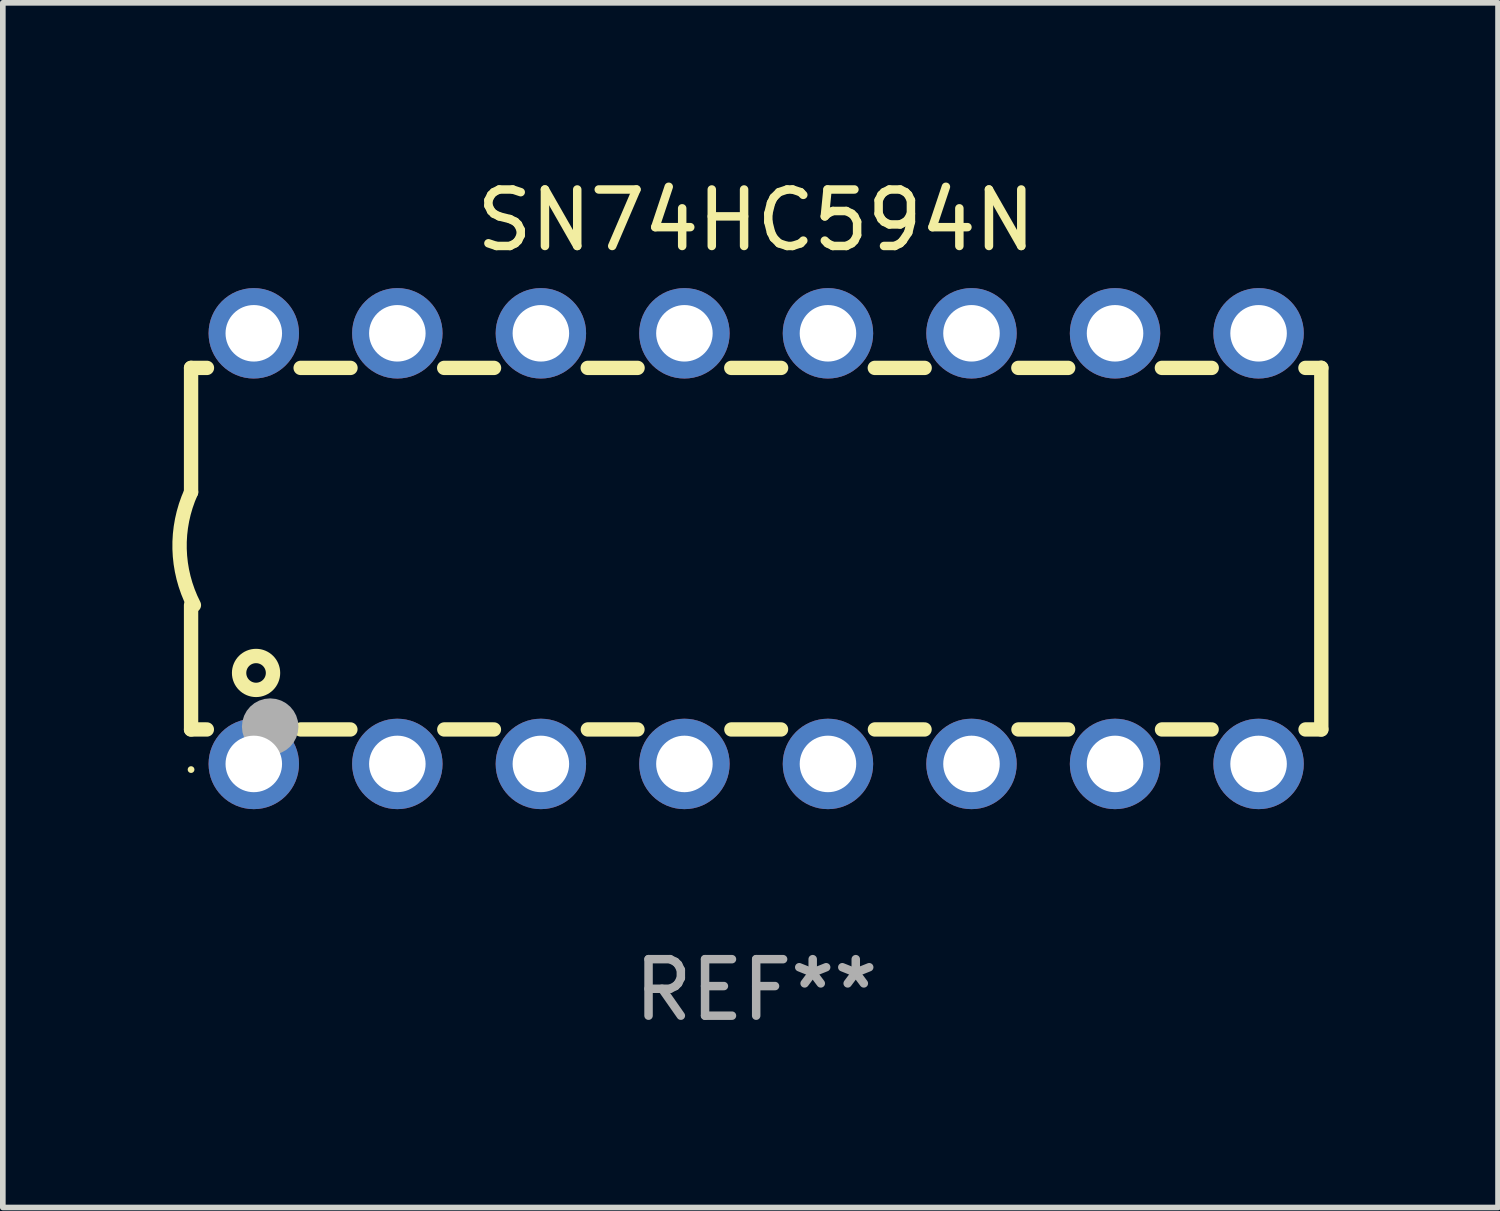
<source format=kicad_pcb>
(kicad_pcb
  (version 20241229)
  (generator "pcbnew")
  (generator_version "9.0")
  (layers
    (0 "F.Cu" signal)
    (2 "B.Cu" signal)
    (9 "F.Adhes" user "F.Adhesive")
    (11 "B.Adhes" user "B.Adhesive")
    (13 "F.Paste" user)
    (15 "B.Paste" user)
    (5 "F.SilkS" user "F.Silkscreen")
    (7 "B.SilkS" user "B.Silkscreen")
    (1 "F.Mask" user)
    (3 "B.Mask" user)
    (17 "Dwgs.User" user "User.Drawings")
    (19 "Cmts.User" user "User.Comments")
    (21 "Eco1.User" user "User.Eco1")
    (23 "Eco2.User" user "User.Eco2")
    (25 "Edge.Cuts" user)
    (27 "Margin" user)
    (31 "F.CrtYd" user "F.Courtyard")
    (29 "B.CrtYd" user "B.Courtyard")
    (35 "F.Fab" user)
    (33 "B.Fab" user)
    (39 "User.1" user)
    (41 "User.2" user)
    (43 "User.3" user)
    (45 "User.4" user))
  (footprint "SN74HC594N"
    (layer "F.Cu")
    (at 10.331 6.658)
    (property "Reference" "SN74HC594N" (at 0 -5.81 0) (layer "F.SilkS") (effects (font (size 1 1) (thickness 0.15))))
    (attr through_hole)
    (fp_line (start -10 -3.198) (end -9.719 -3.198) (stroke (width 0.254) (type solid)) (layer "F.SilkS"))
    (fp_line (start -10 -0.998) (end -10 -3.198) (stroke (width 0.254) (type solid)) (layer "F.SilkS"))
    (fp_line (start -10 3.2) (end -10 1) (stroke (width 0.254) (type solid)) (layer "F.SilkS"))
    (fp_line (start -10 3.2) (end -9.721 3.2) (stroke (width 0.254) (type solid)) (layer "F.SilkS"))
    (fp_line (start -8.061 -3.198) (end -7.179 -3.198) (stroke (width 0.254) (type solid)) (layer "F.SilkS"))
    (fp_line (start -8.059 3.2) (end -7.181 3.2) (stroke (width 0.254) (type solid)) (layer "F.SilkS"))
    (fp_line (start -5.521 -3.198) (end -4.639 -3.198) (stroke (width 0.254) (type solid)) (layer "F.SilkS"))
    (fp_line (start -5.519 3.2) (end -4.641 3.2) (stroke (width 0.254) (type solid)) (layer "F.SilkS"))
    (fp_line (start -2.981 -3.198) (end -2.099 -3.198) (stroke (width 0.254) (type solid)) (layer "F.SilkS"))
    (fp_line (start -2.979 3.2) (end -2.101 3.2) (stroke (width 0.254) (type solid)) (layer "F.SilkS"))
    (fp_line (start -0.441 -3.198) (end 0.441 -3.198) (stroke (width 0.254) (type solid)) (layer "F.SilkS"))
    (fp_line (start -0.439 3.2) (end 0.439 3.2) (stroke (width 0.254) (type solid)) (layer "F.SilkS"))
    (fp_line (start 2.099 -3.198) (end 2.981 -3.198) (stroke (width 0.254) (type solid)) (layer "F.SilkS"))
    (fp_line (start 2.101 3.2) (end 2.979 3.2) (stroke (width 0.254) (type solid)) (layer "F.SilkS"))
    (fp_line (start 4.639 -3.198) (end 5.521 -3.198) (stroke (width 0.254) (type solid)) (layer "F.SilkS"))
    (fp_line (start 4.641 3.2) (end 5.519 3.2) (stroke (width 0.254) (type solid)) (layer "F.SilkS"))
    (fp_line (start 7.179 -3.198) (end 8.061 -3.198) (stroke (width 0.254) (type solid)) (layer "F.SilkS"))
    (fp_line (start 7.181 3.2) (end 8.059 3.2) (stroke (width 0.254) (type solid)) (layer "F.SilkS"))
    (fp_line (start 9.719 -3.198) (end 10 -3.198) (stroke (width 0.254) (type solid)) (layer "F.SilkS"))
    (fp_line (start 9.721 3.2) (end 10 3.2) (stroke (width 0.254) (type solid)) (layer "F.SilkS"))
    (fp_line (start 10 3.2) (end 10 -3.2) (stroke (width 0.254) (type solid)) (layer "F.SilkS"))
    (fp_arc (start -9.949962 1) (mid -10.203153 0.005709) (end -10 -1) (stroke (width 0.254001) (type solid)) (layer "F.SilkS"))
    (fp_circle (center -10 3.91) (end -9.97 3.91) (stroke (width 0.06) (type solid)) (fill no) (layer "F.SilkS"))
    (fp_circle (center -8.85 2.2) (end -8.55 2.2) (stroke (width 0.254) (type solid)) (fill no) (layer "F.SilkS"))
    (fp_circle (center -8.6 3.15) (end -8.35 3.15) (stroke (width 0.5) (type solid)) (fill no) (layer "F.Fab"))
    (fp_text user "REF**" (at 0 7.81 0) (layer "F.Fab") (effects (font (size 1 1) (thickness 0.15))))
    (pad "1" thru_hole circle (at -8.89 3.81) (size 1.6 1.6) (drill 1) (layers "*.Cu" "*.Mask"))
    (pad "2" thru_hole circle (at -6.35 3.81) (size 1.6 1.6) (drill 1) (layers "*.Cu" "*.Mask"))
    (pad "3" thru_hole circle (at -3.81 3.81) (size 1.6 1.6) (drill 1) (layers "*.Cu" "*.Mask"))
    (pad "4" thru_hole circle (at -1.27 3.81) (size 1.6 1.6) (drill 1) (layers "*.Cu" "*.Mask"))
    (pad "5" thru_hole circle (at 1.27 3.81) (size 1.6 1.6) (drill 1) (layers "*.Cu" "*.Mask"))
    (pad "6" thru_hole circle (at 3.81 3.81) (size 1.6 1.6) (drill 1) (layers "*.Cu" "*.Mask"))
    (pad "7" thru_hole circle (at 6.35 3.81) (size 1.6 1.6) (drill 1) (layers "*.Cu" "*.Mask"))
    (pad "8" thru_hole circle (at 8.89 3.81) (size 1.6 1.6) (drill 1) (layers "*.Cu" "*.Mask"))
    (pad "9" thru_hole circle (at 8.89 -3.81) (size 1.6 1.6) (drill 1) (layers "*.Cu" "*.Mask"))
    (pad "10" thru_hole circle (at 6.35 -3.81) (size 1.6 1.6) (drill 1) (layers "*.Cu" "*.Mask"))
    (pad "11" thru_hole circle (at 3.81 -3.81) (size 1.6 1.6) (drill 1) (layers "*.Cu" "*.Mask"))
    (pad "12" thru_hole circle (at 1.27 -3.81) (size 1.6 1.6) (drill 1) (layers "*.Cu" "*.Mask"))
    (pad "13" thru_hole circle (at -1.27 -3.81) (size 1.6 1.6) (drill 1) (layers "*.Cu" "*.Mask"))
    (pad "14" thru_hole circle (at -3.81 -3.81) (size 1.6 1.6) (drill 1) (layers "*.Cu" "*.Mask"))
    (pad "15" thru_hole circle (at -6.35 -3.81) (size 1.6 1.6) (drill 1) (layers "*.Cu" "*.Mask"))
    (pad "16" thru_hole circle (at -8.89 -3.81) (size 1.6 1.6) (drill 1) (layers "*.Cu" "*.Mask")))
  (gr_rect
    (start -3 -3)
    (end 23.458 18.317)
    (stroke (width 0.1) (type default))
    (fill no)
    (layer "Edge.Cuts")))
</source>
